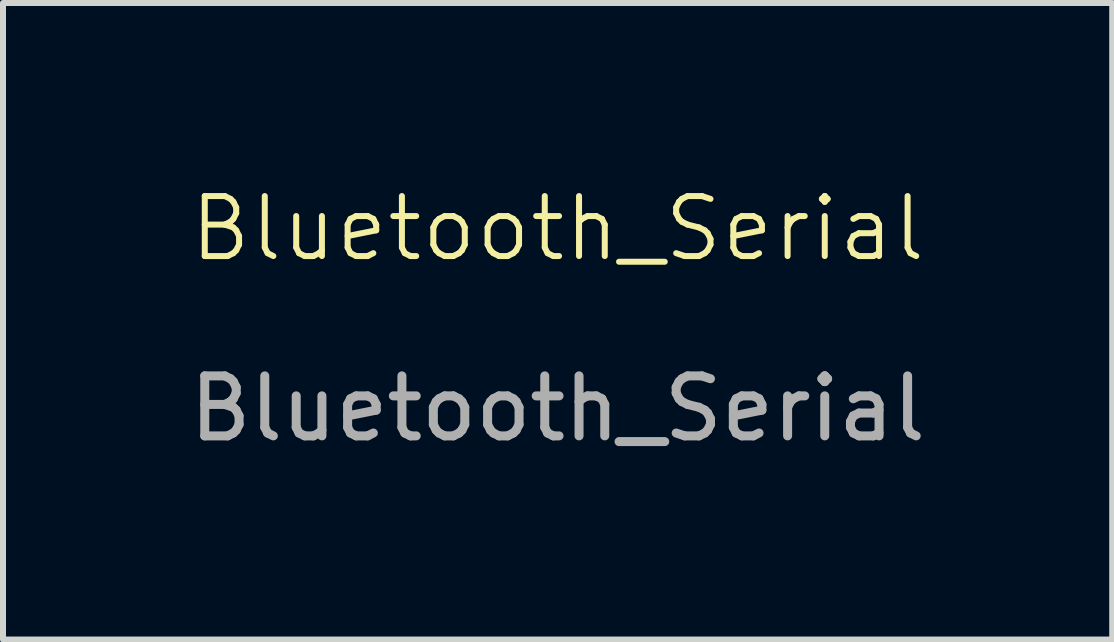
<source format=kicad_pcb>
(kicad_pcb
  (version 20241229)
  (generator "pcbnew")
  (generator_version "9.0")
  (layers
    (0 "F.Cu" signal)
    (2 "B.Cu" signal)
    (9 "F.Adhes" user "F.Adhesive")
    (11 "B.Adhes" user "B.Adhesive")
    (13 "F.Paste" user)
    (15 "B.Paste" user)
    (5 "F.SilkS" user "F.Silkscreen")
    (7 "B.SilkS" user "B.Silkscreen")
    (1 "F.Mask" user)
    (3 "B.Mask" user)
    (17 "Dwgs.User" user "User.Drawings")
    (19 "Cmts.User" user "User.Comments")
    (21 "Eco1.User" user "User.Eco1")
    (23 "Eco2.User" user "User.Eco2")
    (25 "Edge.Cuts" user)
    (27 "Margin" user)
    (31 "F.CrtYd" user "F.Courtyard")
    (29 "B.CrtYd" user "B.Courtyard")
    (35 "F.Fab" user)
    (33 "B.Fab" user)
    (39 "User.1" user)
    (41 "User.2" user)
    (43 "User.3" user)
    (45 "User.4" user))
  (footprint "Bluetooth_Serial"
    (layer "F.Cu")
    (at 6.244 1.26)
    (property "Reference" "Bluetooth_Serial" (at 0 -0.5 0) (unlocked yes) (layer "F.SilkS") (effects (font (size 1 1) (thickness 0.1))))
    (fp_text user "${REFERENCE}" (at 0 2.5 0) (unlocked yes) (layer "F.Fab") (effects (font (size 1 1) (thickness 0.15)))))
  (gr_rect
    (start -3 -3)
    (end 15.488 7.609)
    (stroke (width 0.1) (type default))
    (fill no)
    (layer "Edge.Cuts")))
</source>
